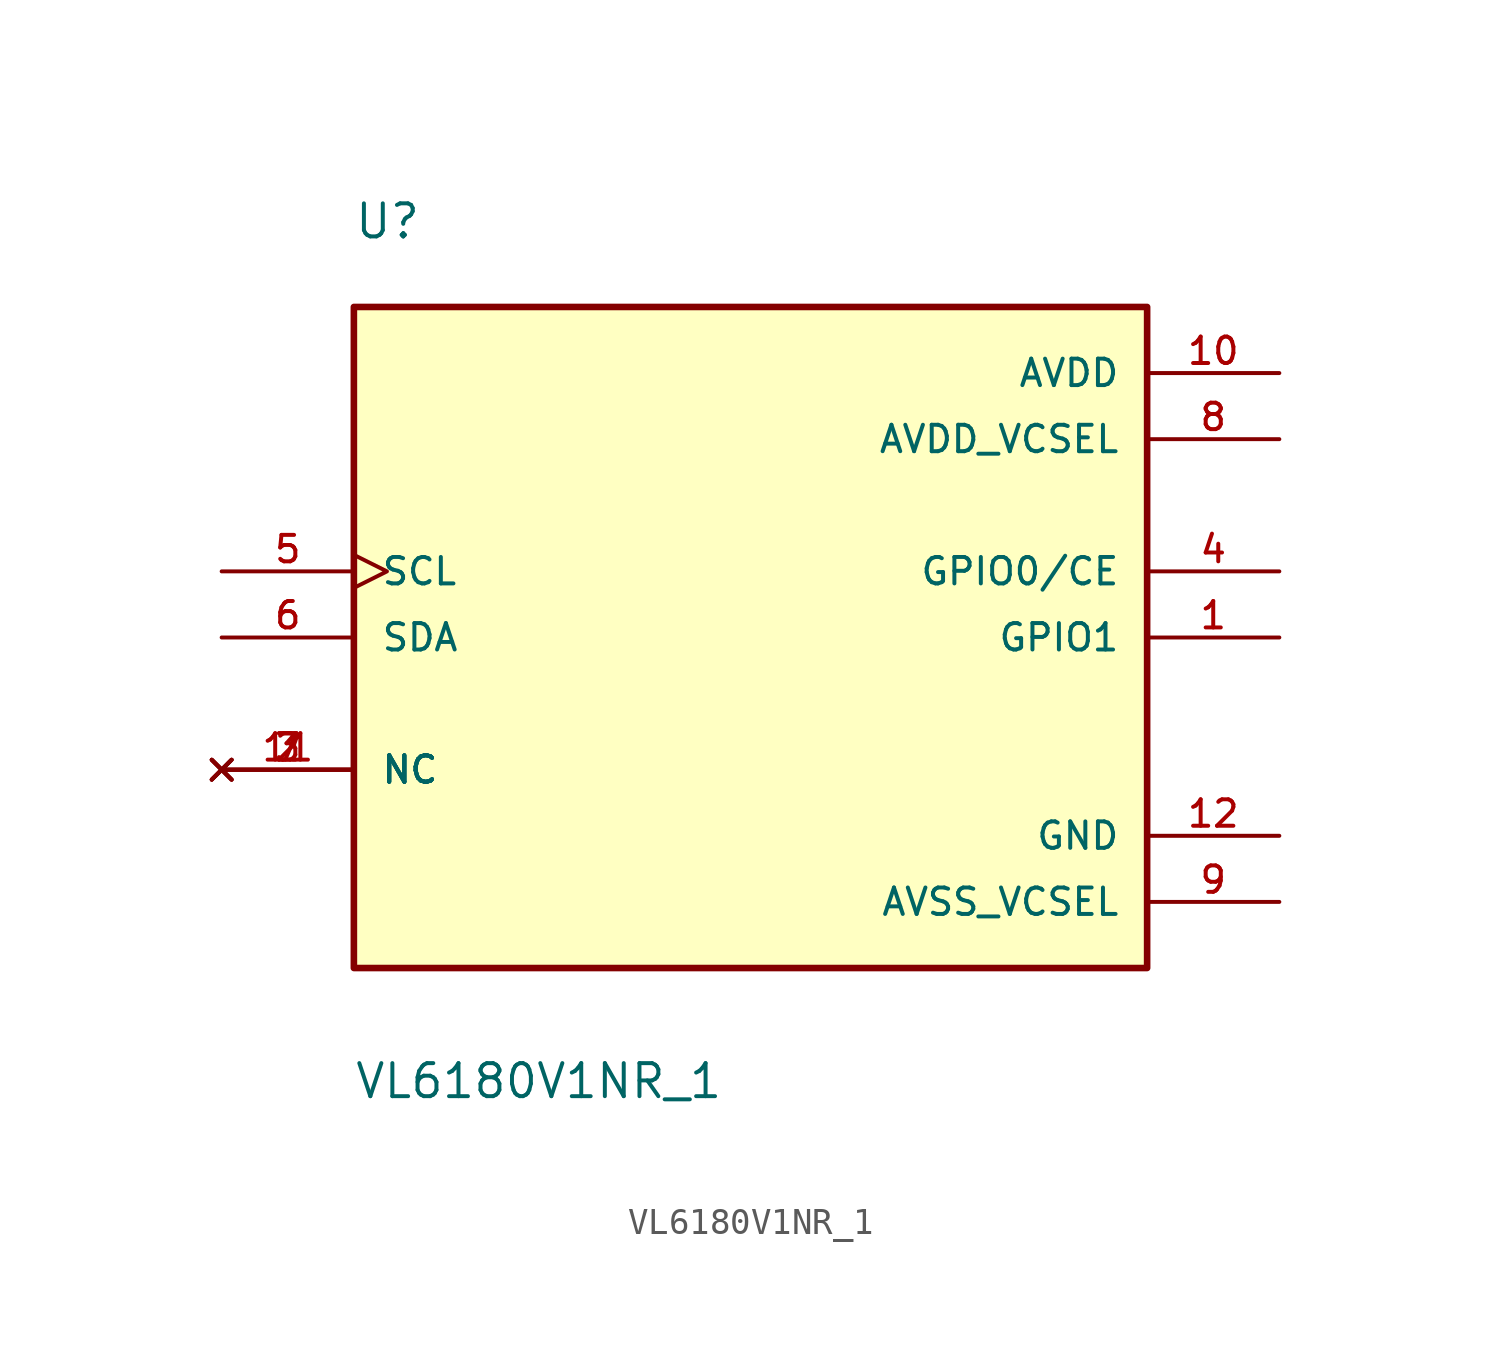
<source format=kicad_sym>
(kicad_symbol_lib
  (version 20231120)
  (generator "kicad_symbol_editor")
  (generator_version "8.0")
  (symbol "VL6180V1NR_1"
    (pin_names
      (offset 1.016))
    (property "Reference" "U"
      (at -15.257 15.248 0)
      (effects (font (size 1.27 1.27)) (justify left bottom)))
    (property "Value" "VL6180V1NR_1"
      (at -15.252 -17.788 0)
      (effects (font (size 1.27 1.27)) (justify left bottom)))
    (symbol "VL6180V1NR_1_0_0"
      (rectangle (start -15.24 -12.7) (end 15.24 12.7) (stroke (width 0.254) (type default)) (fill (type background)))
      (pin bidirectional line (at 20.32 0 180) (length 5.08) (name "GPIO1" (effects (font (size 1.016 1.016)))) (number "1" (effects (font (size 1.016 1.016)))))
      (pin power_in line (at 20.32 10.16 180) (length 5.08) (name "AVDD" (effects (font (size 1.016 1.016)))) (number "10" (effects (font (size 1.016 1.016)))))
      (pin no_connect line (at -20.32 -5.08 0) (length 5.08) (name "NC" (effects (font (size 1.016 1.016)))) (number "11" (effects (font (size 1.016 1.016)))))
      (pin power_in line (at 20.32 -7.62 180) (length 5.08) (name "GND" (effects (font (size 1.016 1.016)))) (number "12" (effects (font (size 1.016 1.016)))))
      (pin no_connect line (at -20.32 -5.08 0) (length 5.08) (name "NC" (effects (font (size 1.016 1.016)))) (number "2" (effects (font (size 1.016 1.016)))))
      (pin no_connect line (at -20.32 -5.08 0) (length 5.08) (name "NC" (effects (font (size 1.016 1.016)))) (number "3" (effects (font (size 1.016 1.016)))))
      (pin bidirectional line (at 20.32 2.54 180) (length 5.08) (name "GPIO0/CE" (effects (font (size 1.016 1.016)))) (number "4" (effects (font (size 1.016 1.016)))))
      (pin input clock (at -20.32 2.54 0) (length 5.08) (name "SCL" (effects (font (size 1.016 1.016)))) (number "5" (effects (font (size 1.016 1.016)))))
      (pin bidirectional line (at -20.32 0 0) (length 5.08) (name "SDA" (effects (font (size 1.016 1.016)))) (number "6" (effects (font (size 1.016 1.016)))))
      (pin no_connect line (at -20.32 -5.08 0) (length 5.08) (name "NC" (effects (font (size 1.016 1.016)))) (number "7" (effects (font (size 1.016 1.016)))))
      (pin power_in line (at 20.32 7.62 180) (length 5.08) (name "AVDD_VCSEL" (effects (font (size 1.016 1.016)))) (number "8" (effects (font (size 1.016 1.016)))))
      (pin power_in line (at 20.32 -10.16 180) (length 5.08) (name "AVSS_VCSEL" (effects (font (size 1.016 1.016)))) (number "9" (effects (font (size 1.016 1.016))))))))
</source>
